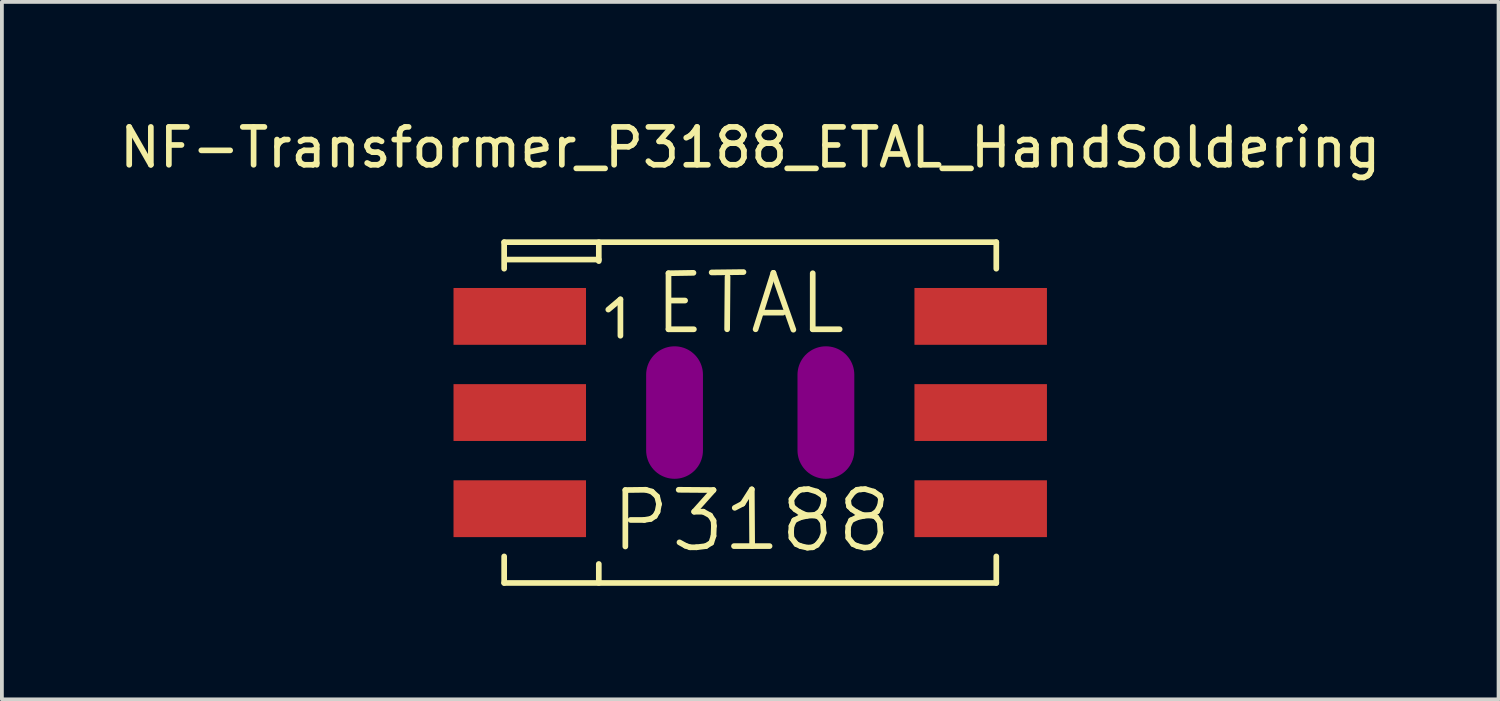
<source format=kicad_pcb>
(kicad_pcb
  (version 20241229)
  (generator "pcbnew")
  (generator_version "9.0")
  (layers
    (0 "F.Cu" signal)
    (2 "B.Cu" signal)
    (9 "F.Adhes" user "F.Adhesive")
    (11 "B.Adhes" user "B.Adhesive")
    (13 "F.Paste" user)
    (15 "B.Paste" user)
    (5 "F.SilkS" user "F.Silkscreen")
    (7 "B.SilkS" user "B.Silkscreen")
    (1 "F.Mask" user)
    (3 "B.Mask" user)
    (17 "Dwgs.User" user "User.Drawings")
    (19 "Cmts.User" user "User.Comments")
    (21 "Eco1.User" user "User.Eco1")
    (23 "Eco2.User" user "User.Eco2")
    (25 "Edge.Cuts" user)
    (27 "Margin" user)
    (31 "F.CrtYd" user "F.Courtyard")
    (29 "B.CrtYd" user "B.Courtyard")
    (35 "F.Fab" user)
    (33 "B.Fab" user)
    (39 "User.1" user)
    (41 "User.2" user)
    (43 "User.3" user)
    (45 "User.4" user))
  (footprint "NF-Transformer_P3188_ETAL_HandSoldering"
    (layer "F.Cu")
    (at 16.768 7.848)
    (property "Reference" "NF-Transformer_P3188_ETAL_HandSoldering" (at 0 -7 0) (layer "F.SilkS") (effects (font (size 1 1) (thickness 0.15))))
    (attr smd)
    (fp_line (start -6.5 -4.501) (end -6.5 -3.8) (stroke (width 0.15) (type solid)) (layer "F.SilkS"))
    (fp_line (start -6.5 3.8) (end -6.5 4.501) (stroke (width 0.15) (type solid)) (layer "F.SilkS"))
    (fp_line (start -6.5 4.501) (end 6.5 4.501) (stroke (width 0.15) (type solid)) (layer "F.SilkS"))
    (fp_line (start -4 -4.501) (end -4 -4) (stroke (width 0.15) (type solid)) (layer "F.SilkS"))
    (fp_line (start -4 -4.041) (end -6.439 -4.041) (stroke (width 0.15) (type solid)) (layer "F.SilkS"))
    (fp_line (start -4 4.501) (end -4 4) (stroke (width 0.15) (type solid)) (layer "F.SilkS"))
    (fp_line (start -3.749 -2.72) (end -3.429 -2.99) (stroke (width 0.15) (type solid)) (layer "F.SilkS"))
    (fp_line (start -3.429 -2.99) (end -3.429 -2.029) (stroke (width 0.15) (type solid)) (layer "F.SilkS"))
    (fp_line (start -3.299 2.047) (end -2.758 2.04) (stroke (width 0.15) (type solid)) (layer "F.SilkS"))
    (fp_line (start -3.299 3.538) (end -3.299 2.047) (stroke (width 0.15) (type solid)) (layer "F.SilkS"))
    (fp_line (start -2.799 2.837) (end -3.16 2.837) (stroke (width 0.15) (type solid)) (layer "F.SilkS"))
    (fp_line (start -2.758 2.04) (end -2.598 2.088) (stroke (width 0.15) (type solid)) (layer "F.SilkS"))
    (fp_line (start -2.629 2.809) (end -2.799 2.837) (stroke (width 0.15) (type solid)) (layer "F.SilkS"))
    (fp_line (start -2.598 2.088) (end -2.459 2.217) (stroke (width 0.15) (type solid)) (layer "F.SilkS"))
    (fp_line (start -2.52 2.738) (end -2.629 2.809) (stroke (width 0.15) (type solid)) (layer "F.SilkS"))
    (fp_line (start -2.459 2.217) (end -2.41 2.418) (stroke (width 0.15) (type solid)) (layer "F.SilkS"))
    (fp_line (start -2.449 2.619) (end -2.52 2.738) (stroke (width 0.15) (type solid)) (layer "F.SilkS"))
    (fp_line (start -2.41 2.418) (end -2.449 2.619) (stroke (width 0.15) (type solid)) (layer "F.SilkS"))
    (fp_line (start -2.159 -3.68) (end -2.159 -2.2) (stroke (width 0.15) (type solid)) (layer "F.SilkS"))
    (fp_line (start -2.159 -2.2) (end -1.488 -2.2) (stroke (width 0.15) (type solid)) (layer "F.SilkS"))
    (fp_line (start -2.129 -2.959) (end -1.72 -2.959) (stroke (width 0.15) (type solid)) (layer "F.SilkS"))
    (fp_line (start -1.89 2.04) (end -0.97 2.047) (stroke (width 0.15) (type solid)) (layer "F.SilkS"))
    (fp_line (start -1.709 3.518) (end -1.869 3.429) (stroke (width 0.15) (type solid)) (layer "F.SilkS"))
    (fp_line (start -1.59 3.559) (end -1.709 3.518) (stroke (width 0.15) (type solid)) (layer "F.SilkS"))
    (fp_line (start -1.499 -3.691) (end -2.159 -3.68) (stroke (width 0.15) (type solid)) (layer "F.SilkS"))
    (fp_line (start -1.481 2.619) (end -1.24 2.619) (stroke (width 0.15) (type solid)) (layer "F.SilkS"))
    (fp_line (start -1.42 3.559) (end -1.59 3.559) (stroke (width 0.15) (type solid)) (layer "F.SilkS"))
    (fp_line (start -1.24 2.619) (end -1.059 2.718) (stroke (width 0.15) (type solid)) (layer "F.SilkS"))
    (fp_line (start -1.171 3.528) (end -1.42 3.559) (stroke (width 0.15) (type solid)) (layer "F.SilkS"))
    (fp_line (start -1.059 2.718) (end -0.97 2.857) (stroke (width 0.15) (type solid)) (layer "F.SilkS"))
    (fp_line (start -1.029 3.439) (end -1.171 3.528) (stroke (width 0.15) (type solid)) (layer "F.SilkS"))
    (fp_line (start -1.019 -3.701) (end -0.178 -3.711) (stroke (width 0.15) (type solid)) (layer "F.SilkS"))
    (fp_line (start -0.97 2.047) (end -1.481 2.619) (stroke (width 0.15) (type solid)) (layer "F.SilkS"))
    (fp_line (start -0.97 2.857) (end -0.96 2.997) (stroke (width 0.15) (type solid)) (layer "F.SilkS"))
    (fp_line (start -0.97 3.259) (end -1.029 3.439) (stroke (width 0.15) (type solid)) (layer "F.SilkS"))
    (fp_line (start -0.96 2.997) (end -0.97 3.259) (stroke (width 0.15) (type solid)) (layer "F.SilkS"))
    (fp_line (start -0.61 -2.2) (end -0.599 -3.589) (stroke (width 0.15) (type solid)) (layer "F.SilkS"))
    (fp_line (start -0.429 3.528) (end 0.511 3.528) (stroke (width 0.15) (type solid)) (layer "F.SilkS"))
    (fp_line (start -0.409 2.517) (end -0.201 2.408) (stroke (width 0.15) (type solid)) (layer "F.SilkS"))
    (fp_line (start -0.201 2.408) (end 0.041 2.029) (stroke (width 0.15) (type solid)) (layer "F.SilkS"))
    (fp_line (start 0.041 2.029) (end 0.051 3.528) (stroke (width 0.15) (type solid)) (layer "F.SilkS"))
    (fp_line (start 0.142 -2.2) (end 0.612 -3.691) (stroke (width 0.15) (type solid)) (layer "F.SilkS"))
    (fp_line (start 0.32 -2.639) (end 0.861 -2.639) (stroke (width 0.15) (type solid)) (layer "F.SilkS"))
    (fp_line (start 0.612 -3.691) (end 1.14 -2.189) (stroke (width 0.15) (type solid)) (layer "F.SilkS"))
    (fp_line (start 1.079 3.157) (end 1.09 2.997) (stroke (width 0.15) (type solid)) (layer "F.SilkS"))
    (fp_line (start 1.09 2.289) (end 1.09 2.377) (stroke (width 0.15) (type solid)) (layer "F.SilkS"))
    (fp_line (start 1.09 2.377) (end 1.11 2.479) (stroke (width 0.15) (type solid)) (layer "F.SilkS"))
    (fp_line (start 1.09 2.997) (end 1.161 2.847) (stroke (width 0.15) (type solid)) (layer "F.SilkS"))
    (fp_line (start 1.09 3.31) (end 1.079 3.157) (stroke (width 0.15) (type solid)) (layer "F.SilkS"))
    (fp_line (start 1.11 2.479) (end 1.191 2.558) (stroke (width 0.15) (type solid)) (layer "F.SilkS"))
    (fp_line (start 1.161 2.847) (end 1.321 2.769) (stroke (width 0.15) (type solid)) (layer "F.SilkS"))
    (fp_line (start 1.191 2.558) (end 1.3 2.629) (stroke (width 0.15) (type solid)) (layer "F.SilkS"))
    (fp_line (start 1.212 2.118) (end 1.09 2.289) (stroke (width 0.15) (type solid)) (layer "F.SilkS"))
    (fp_line (start 1.219 3.477) (end 1.09 3.31) (stroke (width 0.15) (type solid)) (layer "F.SilkS"))
    (fp_line (start 1.3 2.629) (end 1.471 2.708) (stroke (width 0.15) (type solid)) (layer "F.SilkS"))
    (fp_line (start 1.321 2.04) (end 1.212 2.118) (stroke (width 0.15) (type solid)) (layer "F.SilkS"))
    (fp_line (start 1.321 2.769) (end 1.501 2.728) (stroke (width 0.15) (type solid)) (layer "F.SilkS"))
    (fp_line (start 1.331 3.528) (end 1.219 3.477) (stroke (width 0.15) (type solid)) (layer "F.SilkS"))
    (fp_line (start 1.42 2.029) (end 1.321 2.04) (stroke (width 0.15) (type solid)) (layer "F.SilkS"))
    (fp_line (start 1.471 2.708) (end 1.76 2.728) (stroke (width 0.15) (type solid)) (layer "F.SilkS"))
    (fp_line (start 1.501 2.728) (end 1.73 2.697) (stroke (width 0.15) (type solid)) (layer "F.SilkS"))
    (fp_line (start 1.511 3.569) (end 1.331 3.528) (stroke (width 0.15) (type solid)) (layer "F.SilkS"))
    (fp_line (start 1.529 2.019) (end 1.42 2.029) (stroke (width 0.15) (type solid)) (layer "F.SilkS"))
    (fp_line (start 1.651 -3.68) (end 1.651 -2.2) (stroke (width 0.15) (type solid)) (layer "F.SilkS"))
    (fp_line (start 1.651 -2.2) (end 2.362 -2.2) (stroke (width 0.15) (type solid)) (layer "F.SilkS"))
    (fp_line (start 1.651 3.559) (end 1.511 3.569) (stroke (width 0.15) (type solid)) (layer "F.SilkS"))
    (fp_line (start 1.73 2.697) (end 1.849 2.609) (stroke (width 0.15) (type solid)) (layer "F.SilkS"))
    (fp_line (start 1.76 2.088) (end 1.56 2.029) (stroke (width 0.15) (type solid)) (layer "F.SilkS"))
    (fp_line (start 1.76 2.728) (end 1.831 2.769) (stroke (width 0.15) (type solid)) (layer "F.SilkS"))
    (fp_line (start 1.76 3.498) (end 1.651 3.559) (stroke (width 0.15) (type solid)) (layer "F.SilkS"))
    (fp_line (start 1.831 2.769) (end 1.92 2.898) (stroke (width 0.15) (type solid)) (layer "F.SilkS"))
    (fp_line (start 1.849 2.609) (end 1.93 2.449) (stroke (width 0.15) (type solid)) (layer "F.SilkS"))
    (fp_line (start 1.88 3.348) (end 1.76 3.498) (stroke (width 0.15) (type solid)) (layer "F.SilkS"))
    (fp_line (start 1.92 2.197) (end 1.76 2.088) (stroke (width 0.15) (type solid)) (layer "F.SilkS"))
    (fp_line (start 1.92 2.898) (end 1.941 3.178) (stroke (width 0.15) (type solid)) (layer "F.SilkS"))
    (fp_line (start 1.93 2.449) (end 1.951 2.289) (stroke (width 0.15) (type solid)) (layer "F.SilkS"))
    (fp_line (start 1.941 3.178) (end 1.88 3.348) (stroke (width 0.15) (type solid)) (layer "F.SilkS"))
    (fp_line (start 1.951 2.289) (end 1.92 2.197) (stroke (width 0.15) (type solid)) (layer "F.SilkS"))
    (fp_line (start 2.581 3.157) (end 2.591 2.997) (stroke (width 0.15) (type solid)) (layer "F.SilkS"))
    (fp_line (start 2.591 2.289) (end 2.591 2.377) (stroke (width 0.15) (type solid)) (layer "F.SilkS"))
    (fp_line (start 2.591 2.377) (end 2.611 2.479) (stroke (width 0.15) (type solid)) (layer "F.SilkS"))
    (fp_line (start 2.591 2.997) (end 2.662 2.847) (stroke (width 0.15) (type solid)) (layer "F.SilkS"))
    (fp_line (start 2.591 3.31) (end 2.581 3.157) (stroke (width 0.15) (type solid)) (layer "F.SilkS"))
    (fp_line (start 2.611 2.479) (end 2.692 2.558) (stroke (width 0.15) (type solid)) (layer "F.SilkS"))
    (fp_line (start 2.662 2.847) (end 2.822 2.769) (stroke (width 0.15) (type solid)) (layer "F.SilkS"))
    (fp_line (start 2.692 2.558) (end 2.802 2.629) (stroke (width 0.15) (type solid)) (layer "F.SilkS"))
    (fp_line (start 2.713 2.118) (end 2.591 2.289) (stroke (width 0.15) (type solid)) (layer "F.SilkS"))
    (fp_line (start 2.72 3.477) (end 2.591 3.31) (stroke (width 0.15) (type solid)) (layer "F.SilkS"))
    (fp_line (start 2.802 2.629) (end 2.972 2.708) (stroke (width 0.15) (type solid)) (layer "F.SilkS"))
    (fp_line (start 2.822 2.04) (end 2.713 2.118) (stroke (width 0.15) (type solid)) (layer "F.SilkS"))
    (fp_line (start 2.822 2.769) (end 3.002 2.728) (stroke (width 0.15) (type solid)) (layer "F.SilkS"))
    (fp_line (start 2.832 3.528) (end 2.72 3.477) (stroke (width 0.15) (type solid)) (layer "F.SilkS"))
    (fp_line (start 2.921 2.029) (end 2.822 2.04) (stroke (width 0.15) (type solid)) (layer "F.SilkS"))
    (fp_line (start 2.972 2.708) (end 3.261 2.728) (stroke (width 0.15) (type solid)) (layer "F.SilkS"))
    (fp_line (start 3.002 2.728) (end 3.231 2.697) (stroke (width 0.15) (type solid)) (layer "F.SilkS"))
    (fp_line (start 3.012 3.569) (end 2.832 3.528) (stroke (width 0.15) (type solid)) (layer "F.SilkS"))
    (fp_line (start 3.03 2.019) (end 2.921 2.029) (stroke (width 0.15) (type solid)) (layer "F.SilkS"))
    (fp_line (start 3.152 3.559) (end 3.012 3.569) (stroke (width 0.15) (type solid)) (layer "F.SilkS"))
    (fp_line (start 3.231 2.697) (end 3.35 2.609) (stroke (width 0.15) (type solid)) (layer "F.SilkS"))
    (fp_line (start 3.261 2.088) (end 3.061 2.029) (stroke (width 0.15) (type solid)) (layer "F.SilkS"))
    (fp_line (start 3.261 2.728) (end 3.332 2.769) (stroke (width 0.15) (type solid)) (layer "F.SilkS"))
    (fp_line (start 3.261 3.498) (end 3.152 3.559) (stroke (width 0.15) (type solid)) (layer "F.SilkS"))
    (fp_line (start 3.332 2.769) (end 3.421 2.898) (stroke (width 0.15) (type solid)) (layer "F.SilkS"))
    (fp_line (start 3.35 2.609) (end 3.432 2.449) (stroke (width 0.15) (type solid)) (layer "F.SilkS"))
    (fp_line (start 3.381 3.348) (end 3.261 3.498) (stroke (width 0.15) (type solid)) (layer "F.SilkS"))
    (fp_line (start 3.421 2.197) (end 3.261 2.088) (stroke (width 0.15) (type solid)) (layer "F.SilkS"))
    (fp_line (start 3.421 2.898) (end 3.442 3.178) (stroke (width 0.15) (type solid)) (layer "F.SilkS"))
    (fp_line (start 3.432 2.449) (end 3.452 2.289) (stroke (width 0.15) (type solid)) (layer "F.SilkS"))
    (fp_line (start 3.442 3.178) (end 3.381 3.348) (stroke (width 0.15) (type solid)) (layer "F.SilkS"))
    (fp_line (start 3.452 2.289) (end 3.421 2.197) (stroke (width 0.15) (type solid)) (layer "F.SilkS"))
    (fp_line (start 6.5 -4.501) (end -6.5 -4.501) (stroke (width 0.15) (type solid)) (layer "F.SilkS"))
    (fp_line (start 6.5 -4.501) (end 6.5 -3.8) (stroke (width 0.15) (type solid)) (layer "F.SilkS"))
    (fp_line (start 6.5 3.8) (end 6.5 4.501) (stroke (width 0.15) (type solid)) (layer "F.SilkS"))
    (pad "" smd oval (at -1.999 0 90) (size 3.5 1.501) (layers "F.Adhes"))
    (pad "" smd oval (at 1.999 0 90) (size 3.5 1.501) (layers "F.Adhes"))
    (pad "1" smd rect (at -6.088 -2.54) (size 3.5 1.501) (layers "F.Cu" "F.Mask" "F.Paste"))
    (pad "2" smd rect (at -6.088 0) (size 3.5 1.501) (layers "F.Cu" "F.Mask" "F.Paste"))
    (pad "2" smd rect (at -6.088 2.54) (size 3.5 1.501) (layers "F.Cu" "F.Mask" "F.Paste"))
    (pad "3" smd rect (at 6.088 2.54) (size 3.5 1.501) (layers "F.Cu" "F.Mask" "F.Paste"))
    (pad "4" smd rect (at 6.088 0) (size 3.5 1.501) (layers "F.Cu" "F.Mask" "F.Paste"))
    (pad "5" smd rect (at 6.088 -2.54) (size 3.5 1.501) (layers "F.Cu" "F.Mask" "F.Paste")))
  (gr_rect
    (start -3 -3)
    (end 36.536 15.424)
    (stroke (width 0.1) (type default))
    (fill no)
    (layer "Edge.Cuts")))
</source>
